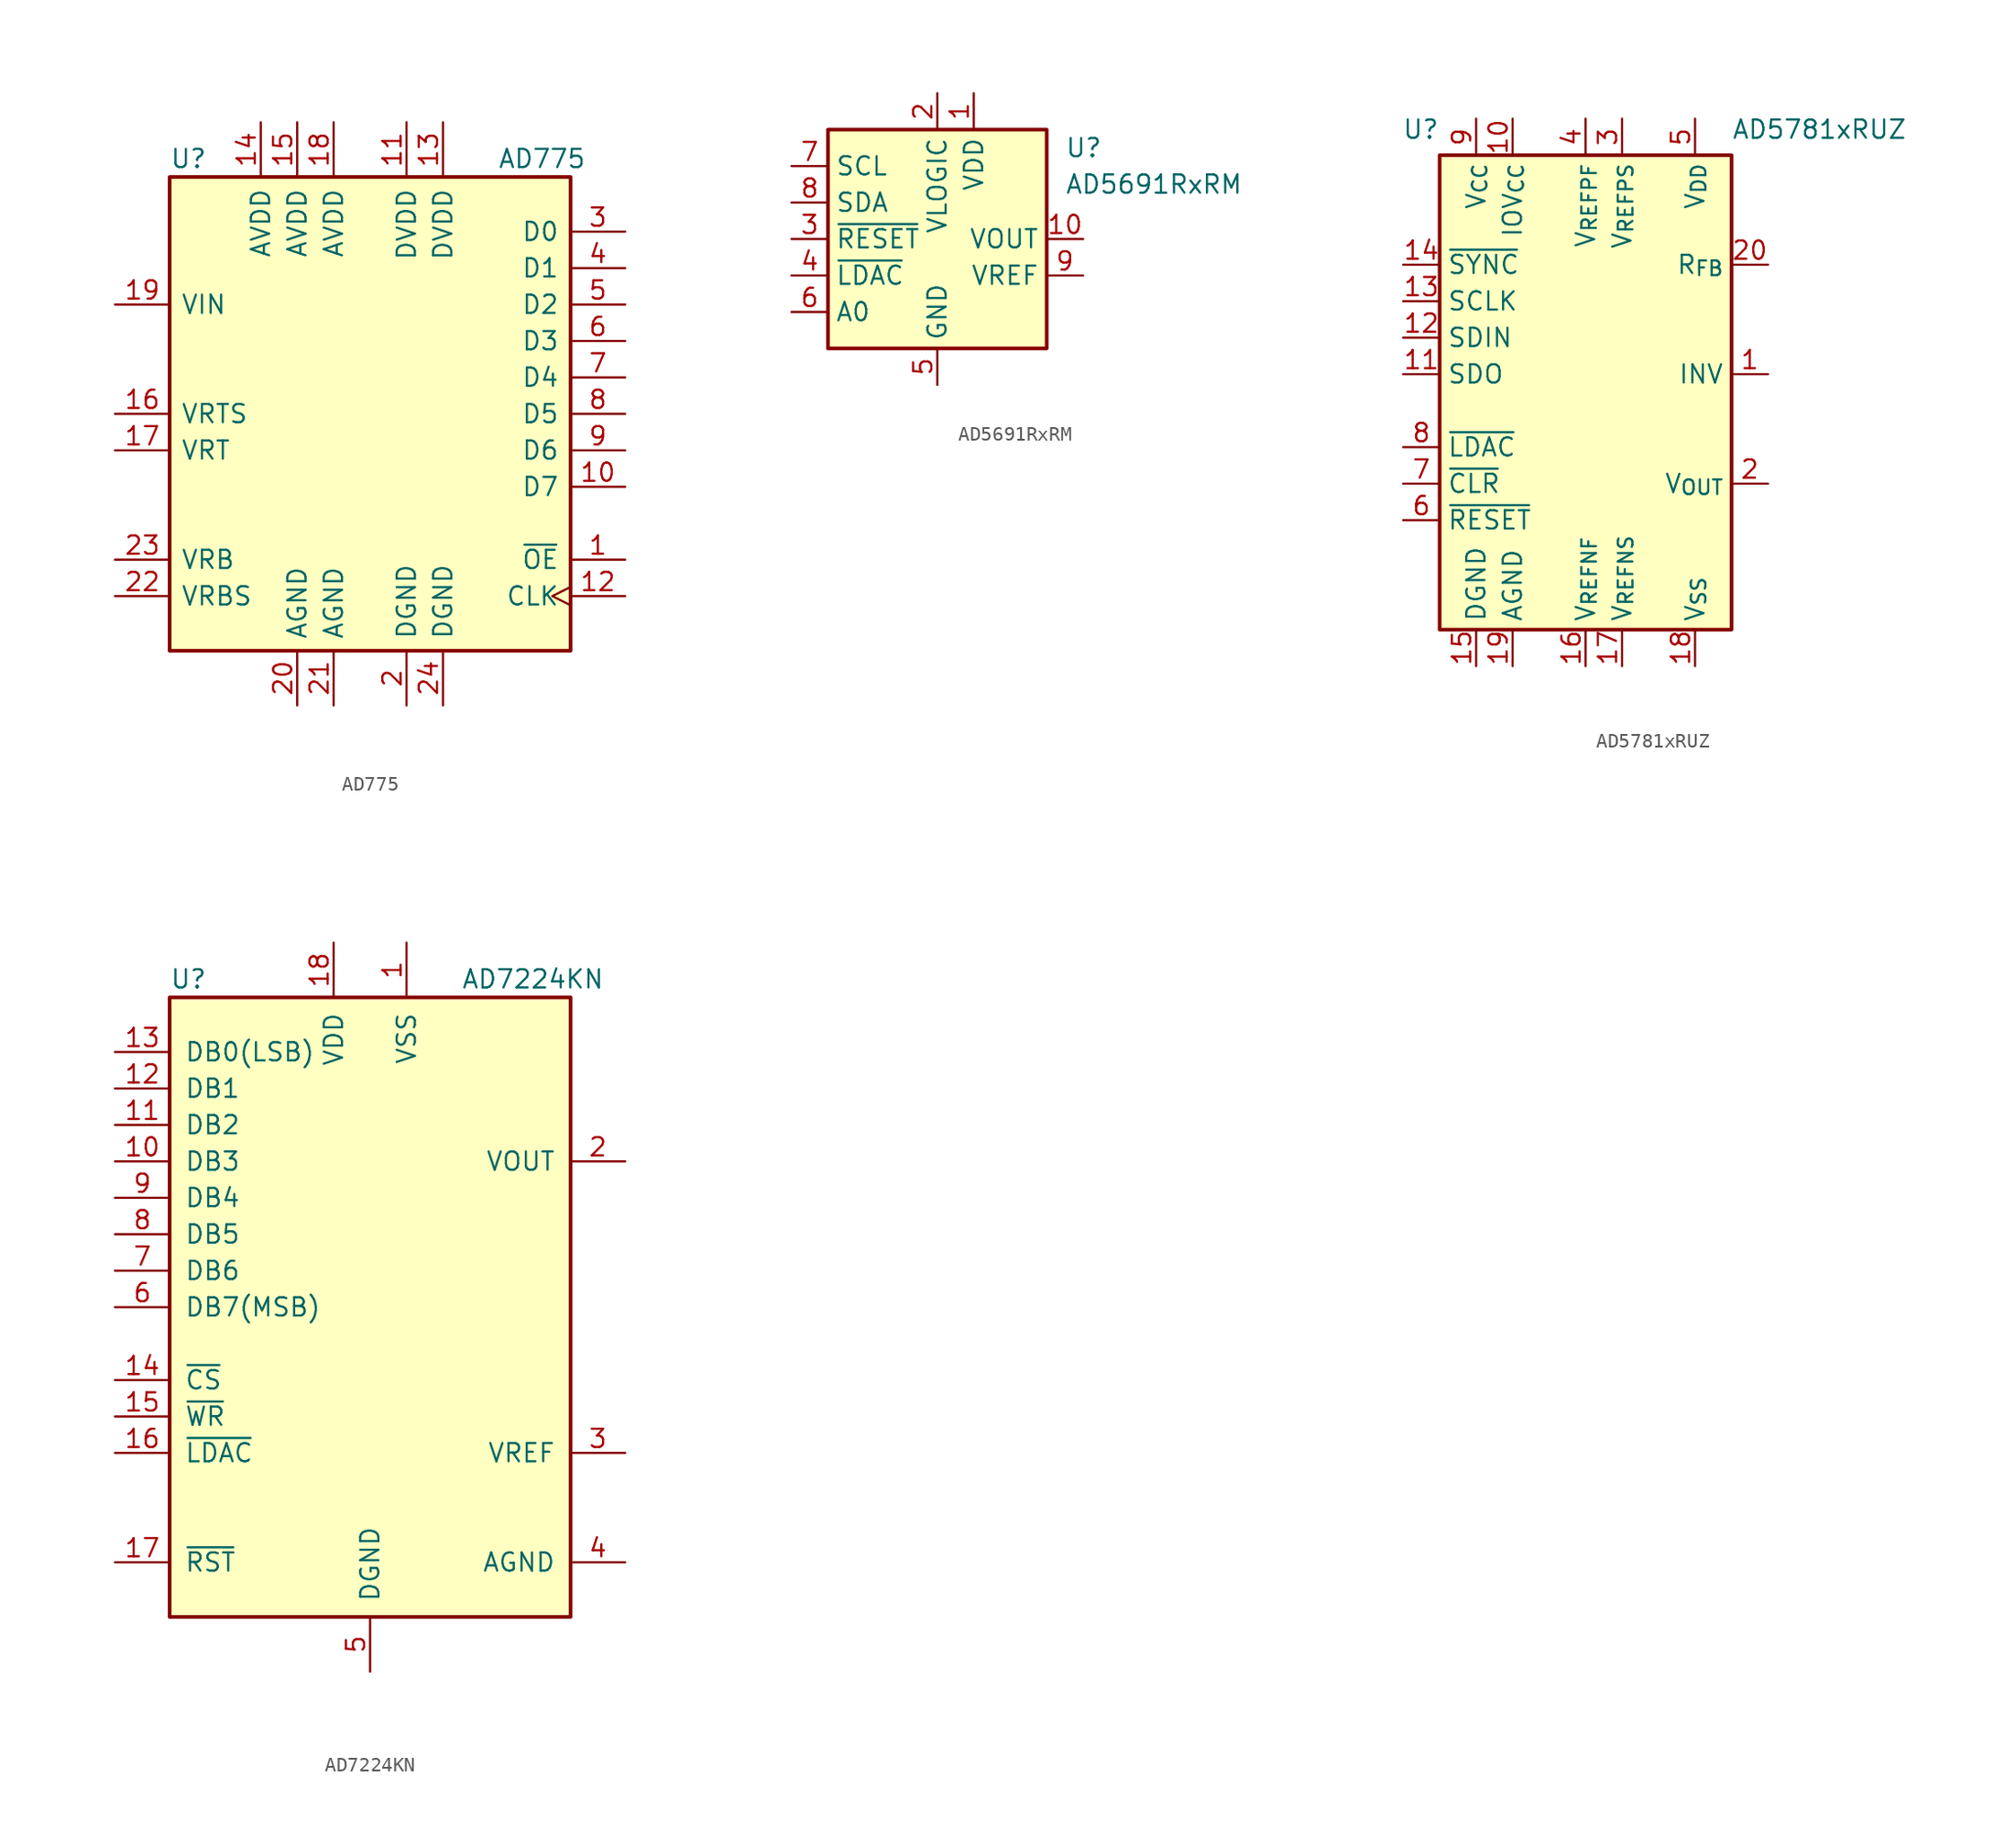
<source format=kicad_sym>
(kicad_symbol_lib
  (version 20220914)
  (generator kicad_symbol_editor)
  (symbol "AD775"
    (pin_names
      (offset 0.762))
    (property "Reference" "U"
      (at -13.97 17.78 0)
      (effects (font (size 1.27 1.27)) (justify left)))
    (property "Value" "AD775"
      (at 8.89 17.78 0)
      (effects (font (size 1.27 1.27)) (justify left)))
    (symbol "AD775_0_1"
      (rectangle (start -13.97 -16.51) (end 13.97 16.51) (stroke (width 0.254) (type default)) (fill (type background))))
    (symbol "AD775_1_1"
      (pin input line (at 17.78 -10.16 180) (length 3.81) (name "~{OE}" (effects (font (size 1.27 1.27)))) (number "1" (effects (font (size 1.27 1.27)))))
      (pin tri_state line (at 17.78 -5.08 180) (length 3.81) (name "D7" (effects (font (size 1.27 1.27)))) (number "10" (effects (font (size 1.27 1.27)))))
      (pin power_in line (at 2.54 20.32 270) (length 3.81) (name "DVDD" (effects (font (size 1.27 1.27)))) (number "11" (effects (font (size 1.27 1.27)))))
      (pin input clock (at 17.78 -12.7 180) (length 3.81) (name "CLK" (effects (font (size 1.27 1.27)))) (number "12" (effects (font (size 1.27 1.27)))))
      (pin power_in line (at 5.08 20.32 270) (length 3.81) (name "DVDD" (effects (font (size 1.27 1.27)))) (number "13" (effects (font (size 1.27 1.27)))))
      (pin power_in line (at -7.62 20.32 270) (length 3.81) (name "AVDD" (effects (font (size 1.27 1.27)))) (number "14" (effects (font (size 1.27 1.27)))))
      (pin power_in line (at -5.08 20.32 270) (length 3.81) (name "AVDD" (effects (font (size 1.27 1.27)))) (number "15" (effects (font (size 1.27 1.27)))))
      (pin input line (at -17.78 0 0) (length 3.81) (name "VRTS" (effects (font (size 1.27 1.27)))) (number "16" (effects (font (size 1.27 1.27)))))
      (pin input line (at -17.78 -2.54 0) (length 3.81) (name "VRT" (effects (font (size 1.27 1.27)))) (number "17" (effects (font (size 1.27 1.27)))))
      (pin power_in line (at -2.54 20.32 270) (length 3.81) (name "AVDD" (effects (font (size 1.27 1.27)))) (number "18" (effects (font (size 1.27 1.27)))))
      (pin input line (at -17.78 7.62 0) (length 3.81) (name "VIN" (effects (font (size 1.27 1.27)))) (number "19" (effects (font (size 1.27 1.27)))))
      (pin power_in line (at 2.54 -20.32 90) (length 3.81) (name "DGND" (effects (font (size 1.27 1.27)))) (number "2" (effects (font (size 1.27 1.27)))))
      (pin power_in line (at -5.08 -20.32 90) (length 3.81) (name "AGND" (effects (font (size 1.27 1.27)))) (number "20" (effects (font (size 1.27 1.27)))))
      (pin power_in line (at -2.54 -20.32 90) (length 3.81) (name "AGND" (effects (font (size 1.27 1.27)))) (number "21" (effects (font (size 1.27 1.27)))))
      (pin input line (at -17.78 -12.7 0) (length 3.81) (name "VRBS" (effects (font (size 1.27 1.27)))) (number "22" (effects (font (size 1.27 1.27)))))
      (pin input line (at -17.78 -10.16 0) (length 3.81) (name "VRB" (effects (font (size 1.27 1.27)))) (number "23" (effects (font (size 1.27 1.27)))))
      (pin power_in line (at 5.08 -20.32 90) (length 3.81) (name "DGND" (effects (font (size 1.27 1.27)))) (number "24" (effects (font (size 1.27 1.27)))))
      (pin tri_state line (at 17.78 12.7 180) (length 3.81) (name "D0" (effects (font (size 1.27 1.27)))) (number "3" (effects (font (size 1.27 1.27)))))
      (pin tri_state line (at 17.78 10.16 180) (length 3.81) (name "D1" (effects (font (size 1.27 1.27)))) (number "4" (effects (font (size 1.27 1.27)))))
      (pin tri_state line (at 17.78 7.62 180) (length 3.81) (name "D2" (effects (font (size 1.27 1.27)))) (number "5" (effects (font (size 1.27 1.27)))))
      (pin tri_state line (at 17.78 5.08 180) (length 3.81) (name "D3" (effects (font (size 1.27 1.27)))) (number "6" (effects (font (size 1.27 1.27)))))
      (pin tri_state line (at 17.78 2.54 180) (length 3.81) (name "D4" (effects (font (size 1.27 1.27)))) (number "7" (effects (font (size 1.27 1.27)))))
      (pin tri_state line (at 17.78 0 180) (length 3.81) (name "D5" (effects (font (size 1.27 1.27)))) (number "8" (effects (font (size 1.27 1.27)))))
      (pin tri_state line (at 17.78 -2.54 180) (length 3.81) (name "D6" (effects (font (size 1.27 1.27)))) (number "9" (effects (font (size 1.27 1.27)))))))
  (symbol "AD5691RxRM"
    (property "Reference" "U"
      (at 8.89 6.35 0)
      (effects (font (size 1.27 1.27)) (justify left)))
    (property "Value" "AD5691RxRM"
      (at 8.89 3.81 0)
      (effects (font (size 1.27 1.27)) (justify left)))
    (symbol "AD5691RxRM_0_1"
      (rectangle (start -7.62 7.62) (end 7.62 -7.62) (stroke (width 0.254) (type default)) (fill (type background))))
    (symbol "AD5691RxRM_1_1"
      (pin power_in line (at 2.54 10.16 270) (length 2.54) (name "VDD" (effects (font (size 1.27 1.27)))) (number "1" (effects (font (size 1.27 1.27)))))
      (pin output line (at 10.16 0 180) (length 2.54) (name "VOUT" (effects (font (size 1.27 1.27)))) (number "10" (effects (font (size 1.27 1.27)))))
      (pin power_in line (at 0 10.16 270) (length 2.54) (name "VLOGIC" (effects (font (size 1.27 1.27)))) (number "2" (effects (font (size 1.27 1.27)))))
      (pin input line (at -10.16 0 0) (length 2.54) (name "~{RESET}" (effects (font (size 1.27 1.27)))) (number "3" (effects (font (size 1.27 1.27)))))
      (pin input line (at -10.16 -2.54 0) (length 2.54) (name "~{LDAC}" (effects (font (size 1.27 1.27)))) (number "4" (effects (font (size 1.27 1.27)))))
      (pin power_in line (at 0 -10.16 90) (length 2.54) (name "GND" (effects (font (size 1.27 1.27)))) (number "5" (effects (font (size 1.27 1.27)))))
      (pin input line (at -10.16 -5.08 0) (length 2.54) (name "A0" (effects (font (size 1.27 1.27)))) (number "6" (effects (font (size 1.27 1.27)))))
      (pin input line (at -10.16 5.08 0) (length 2.54) (name "SCL" (effects (font (size 1.27 1.27)))) (number "7" (effects (font (size 1.27 1.27)))))
      (pin bidirectional line (at -10.16 2.54 0) (length 2.54) (name "SDA" (effects (font (size 1.27 1.27)))) (number "8" (effects (font (size 1.27 1.27)))))
      (pin passive line (at 10.16 -2.54 180) (length 2.54) (name "VREF" (effects (font (size 1.27 1.27)))) (number "9" (effects (font (size 1.27 1.27)))))))
  (symbol "AD5781xRUZ"
    (property "Reference" "U"
      (at -10.16 17.78 0)
      (effects (font (size 1.27 1.27)) (justify right top)))
    (property "Value" "AD5781xRUZ"
      (at 10.16 17.78 0)
      (effects (font (size 1.27 1.27)) (justify left top)))
    (symbol "AD5781xRUZ_1_1"
      (rectangle (start -10.16 15.24) (end 10.16 -17.78) (stroke (width 0.254) (type default)) (fill (type background)))
      (pin output line (at 12.7 0 180) (length 2.54) (name "INV" (effects (font (size 1.27 1.27)))) (number "1" (effects (font (size 1.27 1.27)))))
      (pin power_in line (at -5.08 17.78 270) (length 2.54) (name "IOV_{CC}" (effects (font (size 1.27 1.27)))) (number "10" (effects (font (size 1.27 1.27)))))
      (pin output line (at -12.7 0 0) (length 2.54) (name "SDO" (effects (font (size 1.27 1.27)))) (number "11" (effects (font (size 1.27 1.27)))))
      (pin input line (at -12.7 2.54 0) (length 2.54) (name "SDIN" (effects (font (size 1.27 1.27)))) (number "12" (effects (font (size 1.27 1.27)))))
      (pin input line (at -12.7 5.08 0) (length 2.54) (name "SCLK" (effects (font (size 1.27 1.27)))) (number "13" (effects (font (size 1.27 1.27)))))
      (pin input line (at -12.7 7.62 0) (length 2.54) (name "~{SYNC}" (effects (font (size 1.27 1.27)))) (number "14" (effects (font (size 1.27 1.27)))))
      (pin power_in line (at -7.62 -20.32 90) (length 2.54) (name "DGND" (effects (font (size 1.27 1.27)))) (number "15" (effects (font (size 1.27 1.27)))))
      (pin input line (at 0 -20.32 90) (length 2.54) (name "V_{REFNF}" (effects (font (size 1.27 1.27)))) (number "16" (effects (font (size 1.27 1.27)))))
      (pin output line (at 2.54 -20.32 90) (length 2.54) (name "V_{REFNS}" (effects (font (size 1.27 1.27)))) (number "17" (effects (font (size 1.27 1.27)))))
      (pin power_in line (at 7.62 -20.32 90) (length 2.54) (name "V_{SS}" (effects (font (size 1.27 1.27)))) (number "18" (effects (font (size 1.27 1.27)))))
      (pin power_in line (at -5.08 -20.32 90) (length 2.54) (name "AGND" (effects (font (size 1.27 1.27)))) (number "19" (effects (font (size 1.27 1.27)))))
      (pin output line (at 12.7 -7.62 180) (length 2.54) (name "V_{OUT}" (effects (font (size 1.27 1.27)))) (number "2" (effects (font (size 1.27 1.27)))))
      (pin passive line (at 12.7 7.62 180) (length 2.54) (name "R_{FB}" (effects (font (size 1.27 1.27)))) (number "20" (effects (font (size 1.27 1.27)))))
      (pin output line (at 2.54 17.78 270) (length 2.54) (name "V_{REFPS}" (effects (font (size 1.27 1.27)))) (number "3" (effects (font (size 1.27 1.27)))))
      (pin input line (at 0 17.78 270) (length 2.54) (name "V_{REFPF}" (effects (font (size 1.27 1.27)))) (number "4" (effects (font (size 1.27 1.27)))))
      (pin power_in line (at 7.62 17.78 270) (length 2.54) (name "V_{DD}" (effects (font (size 1.27 1.27)))) (number "5" (effects (font (size 1.27 1.27)))))
      (pin input line (at -12.7 -10.16 0) (length 2.54) (name "~{RESET}" (effects (font (size 1.27 1.27)))) (number "6" (effects (font (size 1.27 1.27)))))
      (pin input line (at -12.7 -7.62 0) (length 2.54) (name "~{CLR}" (effects (font (size 1.27 1.27)))) (number "7" (effects (font (size 1.27 1.27)))))
      (pin input line (at -12.7 -5.08 0) (length 2.54) (name "~{LDAC}" (effects (font (size 1.27 1.27)))) (number "8" (effects (font (size 1.27 1.27)))))
      (pin power_in line (at -7.62 17.78 270) (length 2.54) (name "V_{CC}" (effects (font (size 1.27 1.27)))) (number "9" (effects (font (size 1.27 1.27)))))))
  (symbol "AD7224KN"
    (pin_names
      (offset 1.016))
    (property "Reference" "U"
      (at -13.97 22.86 0)
      (effects (font (size 1.27 1.27)) (justify left)))
    (property "Value" "AD7224KN"
      (at 6.35 22.86 0)
      (effects (font (size 1.27 1.27)) (justify left)))
    (symbol "AD7224KN_1_1"
      (rectangle (start -13.97 -21.59) (end 13.97 21.59) (stroke (width 0.254) (type default)) (fill (type background)))
      (pin power_in line (at 2.54 25.4 270) (length 3.81) (name "VSS" (effects (font (size 1.27 1.27)))) (number "1" (effects (font (size 1.27 1.27)))))
      (pin input line (at -17.78 10.16 0) (length 3.81) (name "DB3" (effects (font (size 1.27 1.27)))) (number "10" (effects (font (size 1.27 1.27)))))
      (pin input line (at -17.78 12.7 0) (length 3.81) (name "DB2" (effects (font (size 1.27 1.27)))) (number "11" (effects (font (size 1.27 1.27)))))
      (pin input line (at -17.78 15.24 0) (length 3.81) (name "DB1" (effects (font (size 1.27 1.27)))) (number "12" (effects (font (size 1.27 1.27)))))
      (pin input line (at -17.78 17.78 0) (length 3.81) (name "DB0(LSB)" (effects (font (size 1.27 1.27)))) (number "13" (effects (font (size 1.27 1.27)))))
      (pin input line (at -17.78 -5.08 0) (length 3.81) (name "~{CS}" (effects (font (size 1.27 1.27)))) (number "14" (effects (font (size 1.27 1.27)))))
      (pin input line (at -17.78 -7.62 0) (length 3.81) (name "~{WR}" (effects (font (size 1.27 1.27)))) (number "15" (effects (font (size 1.27 1.27)))))
      (pin input line (at -17.78 -10.16 0) (length 3.81) (name "~{LDAC}" (effects (font (size 1.27 1.27)))) (number "16" (effects (font (size 1.27 1.27)))))
      (pin input line (at -17.78 -17.78 0) (length 3.81) (name "~{RST}" (effects (font (size 1.27 1.27)))) (number "17" (effects (font (size 1.27 1.27)))))
      (pin power_in line (at -2.54 25.4 270) (length 3.81) (name "VDD" (effects (font (size 1.27 1.27)))) (number "18" (effects (font (size 1.27 1.27)))))
      (pin output line (at 17.78 10.16 180) (length 3.81) (name "VOUT" (effects (font (size 1.27 1.27)))) (number "2" (effects (font (size 1.27 1.27)))))
      (pin passive line (at 17.78 -10.16 180) (length 3.81) (name "VREF" (effects (font (size 1.27 1.27)))) (number "3" (effects (font (size 1.27 1.27)))))
      (pin passive line (at 17.78 -17.78 180) (length 3.81) (name "AGND" (effects (font (size 1.27 1.27)))) (number "4" (effects (font (size 1.27 1.27)))))
      (pin power_in line (at 0 -25.4 90) (length 3.81) (name "DGND" (effects (font (size 1.27 1.27)))) (number "5" (effects (font (size 1.27 1.27)))))
      (pin input line (at -17.78 0 0) (length 3.81) (name "DB7(MSB)" (effects (font (size 1.27 1.27)))) (number "6" (effects (font (size 1.27 1.27)))))
      (pin input line (at -17.78 2.54 0) (length 3.81) (name "DB6" (effects (font (size 1.27 1.27)))) (number "7" (effects (font (size 1.27 1.27)))))
      (pin input line (at -17.78 5.08 0) (length 3.81) (name "DB5" (effects (font (size 1.27 1.27)))) (number "8" (effects (font (size 1.27 1.27)))))
      (pin input line (at -17.78 7.62 0) (length 3.81) (name "DB4" (effects (font (size 1.27 1.27)))) (number "9" (effects (font (size 1.27 1.27))))))))
</source>
